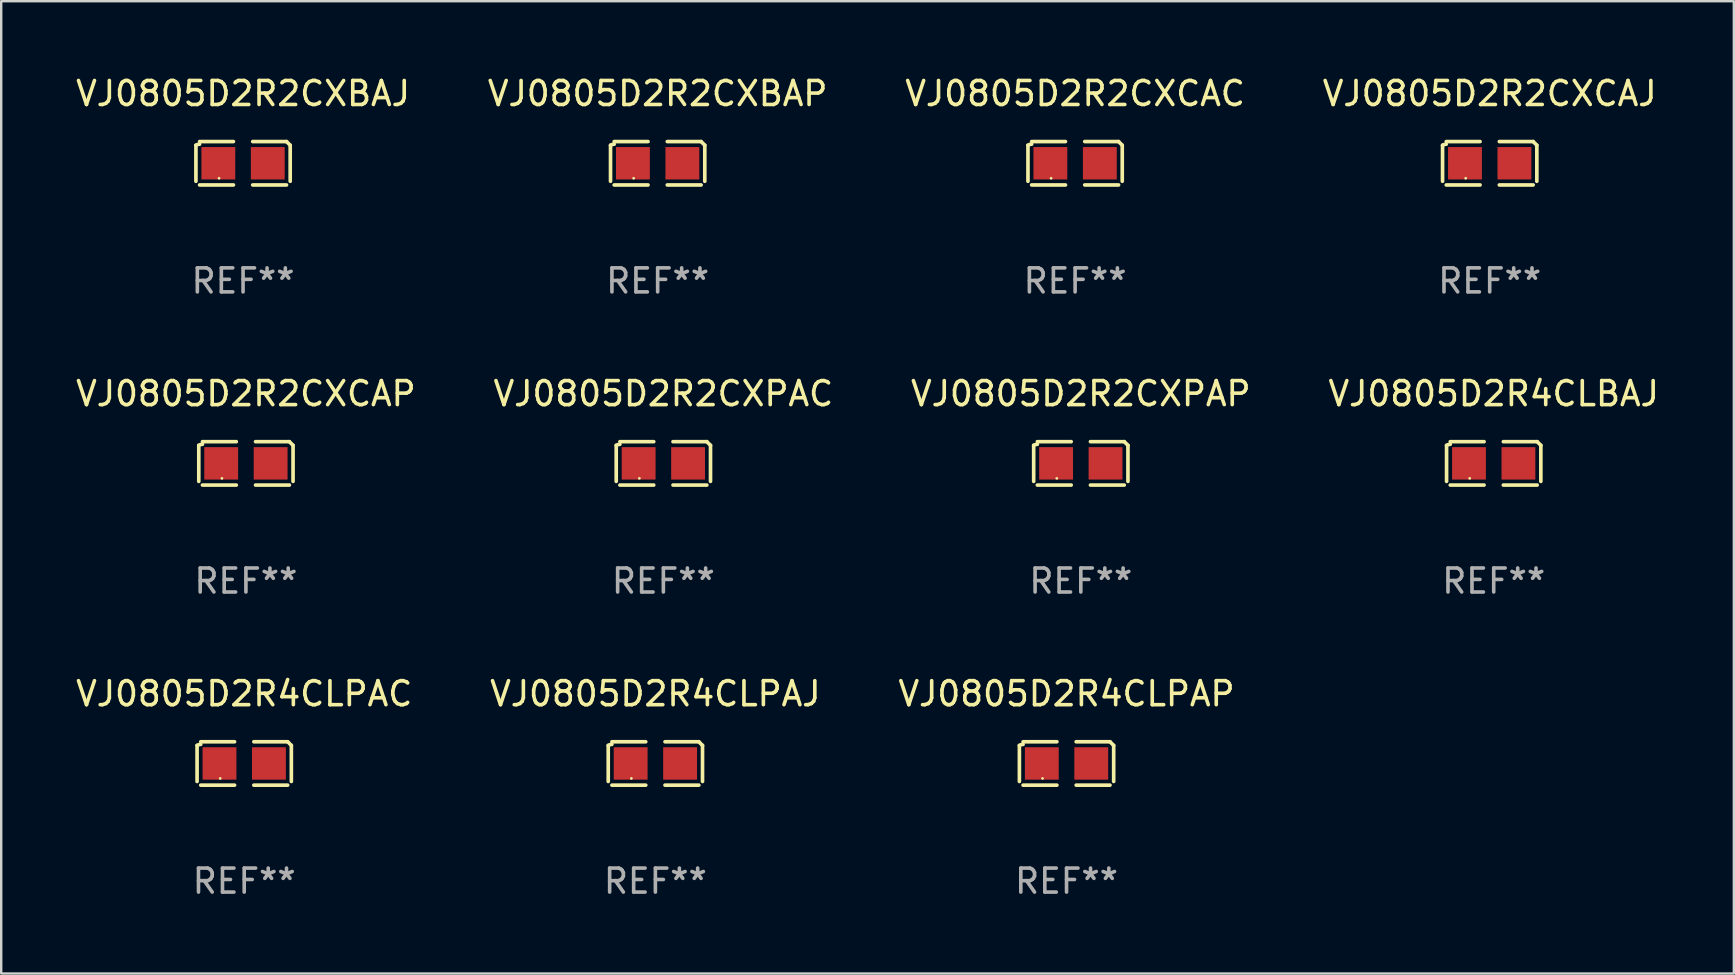
<source format=kicad_pcb>
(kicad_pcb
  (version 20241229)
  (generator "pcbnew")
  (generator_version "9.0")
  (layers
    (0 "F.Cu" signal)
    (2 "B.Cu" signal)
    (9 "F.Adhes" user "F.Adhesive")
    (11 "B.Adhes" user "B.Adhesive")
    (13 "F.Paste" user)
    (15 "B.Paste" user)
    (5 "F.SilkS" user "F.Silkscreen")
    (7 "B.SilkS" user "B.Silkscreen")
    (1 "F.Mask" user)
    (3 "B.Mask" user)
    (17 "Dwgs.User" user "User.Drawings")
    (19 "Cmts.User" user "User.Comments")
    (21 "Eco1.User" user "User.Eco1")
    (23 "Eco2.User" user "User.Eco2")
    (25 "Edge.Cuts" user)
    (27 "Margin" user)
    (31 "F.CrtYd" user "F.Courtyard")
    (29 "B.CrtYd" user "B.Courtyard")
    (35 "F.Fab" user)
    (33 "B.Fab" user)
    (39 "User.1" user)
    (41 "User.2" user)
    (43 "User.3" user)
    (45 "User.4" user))
  (footprint "VJ0805D2R2CXPAP"
    (layer "F.Cu")
    (at 41.982 16.256)
    (property "Reference" "VJ0805D2R2CXPAP" (at 0 -2.904 0) (layer "F.SilkS") (effects (font (size 1 1) (thickness 0.15))))
    (attr through_hole)
    (fp_line (start -1.964 0.751) (end -1.964 -0.751) (stroke (width 0.152) (type solid)) (layer "F.SilkS"))
    (fp_line (start -1.811 -0.904) (end -0.401 -0.904) (stroke (width 0.152) (type solid)) (layer "F.SilkS"))
    (fp_line (start -0.401 0.904) (end -1.811 0.904) (stroke (width 0.152) (type solid)) (layer "F.SilkS"))
    (fp_line (start 0.401 0.904) (end 1.811 0.904) (stroke (width 0.152) (type solid)) (layer "F.SilkS"))
    (fp_line (start 1.811 -0.904) (end 0.401 -0.904) (stroke (width 0.152) (type solid)) (layer "F.SilkS"))
    (fp_line (start 1.964 0.751) (end 1.964 -0.751) (stroke (width 0.152) (type solid)) (layer "F.SilkS"))
    (fp_arc (start -1.963602 -0.751207) (mid -1.890354 -0.783131) (end -1.811201 -0.794044) (stroke (width 0.1524) (type solid)) (layer "F.SilkS"))
    (fp_arc (start 1.811202 -0.903607) (mid 1.887413 -0.827418) (end 1.963602 -0.751207) (stroke (width 0.1524) (type solid)) (layer "F.SilkS"))
    (fp_circle (center -1 0.625) (end -0.97 0.625) (stroke (width 0.06) (type solid)) (fill no) (layer "F.SilkS"))
    (fp_text user "REF**" (at 0 4.904 0) (layer "F.Fab") (effects (font (size 1 1) (thickness 0.15))))
    (pad "1" smd rect (at -1.03 0) (size 1.41 1.35) (layers "F.Cu" "F.Mask" "F.Paste"))
    (pad "2" smd rect (at 1.03 0) (size 1.41 1.35) (layers "F.Cu" "F.Mask" "F.Paste")))
  (footprint "VJ0805D2R4CLPAC"
    (layer "F.Cu")
    (at 7.125 28.759)
    (property "Reference" "VJ0805D2R4CLPAC" (at 0 -2.904 0) (layer "F.SilkS") (effects (font (size 1 1) (thickness 0.15))))
    (attr through_hole)
    (fp_line (start -1.964 0.751) (end -1.964 -0.751) (stroke (width 0.152) (type solid)) (layer "F.SilkS"))
    (fp_line (start -1.811 -0.904) (end -0.401 -0.904) (stroke (width 0.152) (type solid)) (layer "F.SilkS"))
    (fp_line (start -0.401 0.904) (end -1.811 0.904) (stroke (width 0.152) (type solid)) (layer "F.SilkS"))
    (fp_line (start 0.401 0.904) (end 1.811 0.904) (stroke (width 0.152) (type solid)) (layer "F.SilkS"))
    (fp_line (start 1.811 -0.904) (end 0.401 -0.904) (stroke (width 0.152) (type solid)) (layer "F.SilkS"))
    (fp_line (start 1.964 0.751) (end 1.964 -0.751) (stroke (width 0.152) (type solid)) (layer "F.SilkS"))
    (fp_arc (start -1.963602 -0.751207) (mid -1.890354 -0.783131) (end -1.811201 -0.794044) (stroke (width 0.1524) (type solid)) (layer "F.SilkS"))
    (fp_arc (start 1.811202 -0.903607) (mid 1.887413 -0.827418) (end 1.963602 -0.751207) (stroke (width 0.1524) (type solid)) (layer "F.SilkS"))
    (fp_circle (center -1 0.625) (end -0.97 0.625) (stroke (width 0.06) (type solid)) (fill no) (layer "F.SilkS"))
    (fp_text user "REF**" (at 0 4.904 0) (layer "F.Fab") (effects (font (size 1 1) (thickness 0.15))))
    (pad "1" smd rect (at -1.03 0) (size 1.41 1.35) (layers "F.Cu" "F.Mask" "F.Paste"))
    (pad "2" smd rect (at 1.03 0) (size 1.41 1.35) (layers "F.Cu" "F.Mask" "F.Paste")))
  (footprint "VJ0805D2R2CXCAC"
    (layer "F.Cu")
    (at 41.744 3.752)
    (property "Reference" "VJ0805D2R2CXCAC" (at 0 -2.904 0) (layer "F.SilkS") (effects (font (size 1 1) (thickness 0.15))))
    (attr through_hole)
    (fp_line (start -1.964 0.751) (end -1.964 -0.751) (stroke (width 0.152) (type solid)) (layer "F.SilkS"))
    (fp_line (start -1.811 -0.904) (end -0.401 -0.904) (stroke (width 0.152) (type solid)) (layer "F.SilkS"))
    (fp_line (start -0.401 0.904) (end -1.811 0.904) (stroke (width 0.152) (type solid)) (layer "F.SilkS"))
    (fp_line (start 0.401 0.904) (end 1.811 0.904) (stroke (width 0.152) (type solid)) (layer "F.SilkS"))
    (fp_line (start 1.811 -0.904) (end 0.401 -0.904) (stroke (width 0.152) (type solid)) (layer "F.SilkS"))
    (fp_line (start 1.964 0.751) (end 1.964 -0.751) (stroke (width 0.152) (type solid)) (layer "F.SilkS"))
    (fp_arc (start -1.963602 -0.751207) (mid -1.890354 -0.783131) (end -1.811201 -0.794044) (stroke (width 0.1524) (type solid)) (layer "F.SilkS"))
    (fp_arc (start 1.811202 -0.903607) (mid 1.887413 -0.827418) (end 1.963602 -0.751207) (stroke (width 0.1524) (type solid)) (layer "F.SilkS"))
    (fp_circle (center -1 0.625) (end -0.97 0.625) (stroke (width 0.06) (type solid)) (fill no) (layer "F.SilkS"))
    (fp_text user "REF**" (at 0 4.904 0) (layer "F.Fab") (effects (font (size 1 1) (thickness 0.15))))
    (pad "1" smd rect (at -1.03 0) (size 1.41 1.35) (layers "F.Cu" "F.Mask" "F.Paste"))
    (pad "2" smd rect (at 1.03 0) (size 1.41 1.35) (layers "F.Cu" "F.Mask" "F.Paste")))
  (footprint "VJ0805D2R2CXCAP"
    (layer "F.Cu")
    (at 7.196 16.256)
    (property "Reference" "VJ0805D2R2CXCAP" (at 0 -2.904 0) (layer "F.SilkS") (effects (font (size 1 1) (thickness 0.15))))
    (attr through_hole)
    (fp_line (start -1.964 0.751) (end -1.964 -0.751) (stroke (width 0.152) (type solid)) (layer "F.SilkS"))
    (fp_line (start -1.811 -0.904) (end -0.401 -0.904) (stroke (width 0.152) (type solid)) (layer "F.SilkS"))
    (fp_line (start -0.401 0.904) (end -1.811 0.904) (stroke (width 0.152) (type solid)) (layer "F.SilkS"))
    (fp_line (start 0.401 0.904) (end 1.811 0.904) (stroke (width 0.152) (type solid)) (layer "F.SilkS"))
    (fp_line (start 1.811 -0.904) (end 0.401 -0.904) (stroke (width 0.152) (type solid)) (layer "F.SilkS"))
    (fp_line (start 1.964 0.751) (end 1.964 -0.751) (stroke (width 0.152) (type solid)) (layer "F.SilkS"))
    (fp_arc (start -1.963602 -0.751207) (mid -1.890354 -0.783131) (end -1.811201 -0.794044) (stroke (width 0.1524) (type solid)) (layer "F.SilkS"))
    (fp_arc (start 1.811202 -0.903607) (mid 1.887413 -0.827418) (end 1.963602 -0.751207) (stroke (width 0.1524) (type solid)) (layer "F.SilkS"))
    (fp_circle (center -1 0.625) (end -0.97 0.625) (stroke (width 0.06) (type solid)) (fill no) (layer "F.SilkS"))
    (fp_text user "REF**" (at 0 4.904 0) (layer "F.Fab") (effects (font (size 1 1) (thickness 0.15))))
    (pad "1" smd rect (at -1.03 0) (size 1.41 1.35) (layers "F.Cu" "F.Mask" "F.Paste"))
    (pad "2" smd rect (at 1.03 0) (size 1.41 1.35) (layers "F.Cu" "F.Mask" "F.Paste")))
  (footprint "VJ0805D2R4CLBAJ"
    (layer "F.Cu")
    (at 59.185 16.256)
    (property "Reference" "VJ0805D2R4CLBAJ" (at 0 -2.904 0) (layer "F.SilkS") (effects (font (size 1 1) (thickness 0.15))))
    (attr through_hole)
    (fp_line (start -1.964 0.751) (end -1.964 -0.751) (stroke (width 0.152) (type solid)) (layer "F.SilkS"))
    (fp_line (start -1.811 -0.904) (end -0.401 -0.904) (stroke (width 0.152) (type solid)) (layer "F.SilkS"))
    (fp_line (start -0.401 0.904) (end -1.811 0.904) (stroke (width 0.152) (type solid)) (layer "F.SilkS"))
    (fp_line (start 0.401 0.904) (end 1.811 0.904) (stroke (width 0.152) (type solid)) (layer "F.SilkS"))
    (fp_line (start 1.811 -0.904) (end 0.401 -0.904) (stroke (width 0.152) (type solid)) (layer "F.SilkS"))
    (fp_line (start 1.964 0.751) (end 1.964 -0.751) (stroke (width 0.152) (type solid)) (layer "F.SilkS"))
    (fp_arc (start -1.963602 -0.751207) (mid -1.890354 -0.783131) (end -1.811201 -0.794044) (stroke (width 0.1524) (type solid)) (layer "F.SilkS"))
    (fp_arc (start 1.811202 -0.903607) (mid 1.887413 -0.827418) (end 1.963602 -0.751207) (stroke (width 0.1524) (type solid)) (layer "F.SilkS"))
    (fp_circle (center -1 0.625) (end -0.97 0.625) (stroke (width 0.06) (type solid)) (fill no) (layer "F.SilkS"))
    (fp_text user "REF**" (at 0 4.904 0) (layer "F.Fab") (effects (font (size 1 1) (thickness 0.15))))
    (pad "1" smd rect (at -1.03 0) (size 1.41 1.35) (layers "F.Cu" "F.Mask" "F.Paste"))
    (pad "2" smd rect (at 1.03 0) (size 1.41 1.35) (layers "F.Cu" "F.Mask" "F.Paste")))
  (footprint "VJ0805D2R2CXPAC"
    (layer "F.Cu")
    (at 24.589 16.256)
    (property "Reference" "VJ0805D2R2CXPAC" (at 0 -2.904 0) (layer "F.SilkS") (effects (font (size 1 1) (thickness 0.15))))
    (attr through_hole)
    (fp_line (start -1.964 0.751) (end -1.964 -0.751) (stroke (width 0.152) (type solid)) (layer "F.SilkS"))
    (fp_line (start -1.811 -0.904) (end -0.401 -0.904) (stroke (width 0.152) (type solid)) (layer "F.SilkS"))
    (fp_line (start -0.401 0.904) (end -1.811 0.904) (stroke (width 0.152) (type solid)) (layer "F.SilkS"))
    (fp_line (start 0.401 0.904) (end 1.811 0.904) (stroke (width 0.152) (type solid)) (layer "F.SilkS"))
    (fp_line (start 1.811 -0.904) (end 0.401 -0.904) (stroke (width 0.152) (type solid)) (layer "F.SilkS"))
    (fp_line (start 1.964 0.751) (end 1.964 -0.751) (stroke (width 0.152) (type solid)) (layer "F.SilkS"))
    (fp_arc (start -1.963602 -0.751207) (mid -1.890354 -0.783131) (end -1.811201 -0.794044) (stroke (width 0.1524) (type solid)) (layer "F.SilkS"))
    (fp_arc (start 1.811202 -0.903607) (mid 1.887413 -0.827418) (end 1.963602 -0.751207) (stroke (width 0.1524) (type solid)) (layer "F.SilkS"))
    (fp_circle (center -1 0.625) (end -0.97 0.625) (stroke (width 0.06) (type solid)) (fill no) (layer "F.SilkS"))
    (fp_text user "REF**" (at 0 4.904 0) (layer "F.Fab") (effects (font (size 1 1) (thickness 0.15))))
    (pad "1" smd rect (at -1.03 0) (size 1.41 1.35) (layers "F.Cu" "F.Mask" "F.Paste"))
    (pad "2" smd rect (at 1.03 0) (size 1.41 1.35) (layers "F.Cu" "F.Mask" "F.Paste")))
  (footprint "VJ0805D2R4CLPAJ"
    (layer "F.Cu")
    (at 24.256 28.759)
    (property "Reference" "VJ0805D2R4CLPAJ" (at 0 -2.904 0) (layer "F.SilkS") (effects (font (size 1 1) (thickness 0.15))))
    (attr through_hole)
    (fp_line (start -1.964 0.751) (end -1.964 -0.751) (stroke (width 0.152) (type solid)) (layer "F.SilkS"))
    (fp_line (start -1.811 -0.904) (end -0.401 -0.904) (stroke (width 0.152) (type solid)) (layer "F.SilkS"))
    (fp_line (start -0.401 0.904) (end -1.811 0.904) (stroke (width 0.152) (type solid)) (layer "F.SilkS"))
    (fp_line (start 0.401 0.904) (end 1.811 0.904) (stroke (width 0.152) (type solid)) (layer "F.SilkS"))
    (fp_line (start 1.811 -0.904) (end 0.401 -0.904) (stroke (width 0.152) (type solid)) (layer "F.SilkS"))
    (fp_line (start 1.964 0.751) (end 1.964 -0.751) (stroke (width 0.152) (type solid)) (layer "F.SilkS"))
    (fp_arc (start -1.963602 -0.751207) (mid -1.890354 -0.783131) (end -1.811201 -0.794044) (stroke (width 0.1524) (type solid)) (layer "F.SilkS"))
    (fp_arc (start 1.811202 -0.903607) (mid 1.887413 -0.827418) (end 1.963602 -0.751207) (stroke (width 0.1524) (type solid)) (layer "F.SilkS"))
    (fp_circle (center -1 0.625) (end -0.97 0.625) (stroke (width 0.06) (type solid)) (fill no) (layer "F.SilkS"))
    (fp_text user "REF**" (at 0 4.904 0) (layer "F.Fab") (effects (font (size 1 1) (thickness 0.15))))
    (pad "1" smd rect (at -1.03 0) (size 1.41 1.35) (layers "F.Cu" "F.Mask" "F.Paste"))
    (pad "2" smd rect (at 1.03 0) (size 1.41 1.35) (layers "F.Cu" "F.Mask" "F.Paste")))
  (footprint "VJ0805D2R2CXCAJ"
    (layer "F.Cu")
    (at 59.018 3.752)
    (property "Reference" "VJ0805D2R2CXCAJ" (at 0 -2.904 0) (layer "F.SilkS") (effects (font (size 1 1) (thickness 0.15))))
    (attr through_hole)
    (fp_line (start -1.964 0.751) (end -1.964 -0.751) (stroke (width 0.152) (type solid)) (layer "F.SilkS"))
    (fp_line (start -1.811 -0.904) (end -0.401 -0.904) (stroke (width 0.152) (type solid)) (layer "F.SilkS"))
    (fp_line (start -0.401 0.904) (end -1.811 0.904) (stroke (width 0.152) (type solid)) (layer "F.SilkS"))
    (fp_line (start 0.401 0.904) (end 1.811 0.904) (stroke (width 0.152) (type solid)) (layer "F.SilkS"))
    (fp_line (start 1.811 -0.904) (end 0.401 -0.904) (stroke (width 0.152) (type solid)) (layer "F.SilkS"))
    (fp_line (start 1.964 0.751) (end 1.964 -0.751) (stroke (width 0.152) (type solid)) (layer "F.SilkS"))
    (fp_arc (start -1.963602 -0.751207) (mid -1.890354 -0.783131) (end -1.811201 -0.794044) (stroke (width 0.1524) (type solid)) (layer "F.SilkS"))
    (fp_arc (start 1.811202 -0.903607) (mid 1.887413 -0.827418) (end 1.963602 -0.751207) (stroke (width 0.1524) (type solid)) (layer "F.SilkS"))
    (fp_circle (center -1 0.625) (end -0.97 0.625) (stroke (width 0.06) (type solid)) (fill no) (layer "F.SilkS"))
    (fp_text user "REF**" (at 0 4.904 0) (layer "F.Fab") (effects (font (size 1 1) (thickness 0.15))))
    (pad "1" smd rect (at -1.03 0) (size 1.41 1.35) (layers "F.Cu" "F.Mask" "F.Paste"))
    (pad "2" smd rect (at 1.03 0) (size 1.41 1.35) (layers "F.Cu" "F.Mask" "F.Paste")))
  (footprint "VJ0805D2R4CLPAP"
    (layer "F.Cu")
    (at 41.387 28.759)
    (property "Reference" "VJ0805D2R4CLPAP" (at 0 -2.904 0) (layer "F.SilkS") (effects (font (size 1 1) (thickness 0.15))))
    (attr through_hole)
    (fp_line (start -1.964 0.751) (end -1.964 -0.751) (stroke (width 0.152) (type solid)) (layer "F.SilkS"))
    (fp_line (start -1.811 -0.904) (end -0.401 -0.904) (stroke (width 0.152) (type solid)) (layer "F.SilkS"))
    (fp_line (start -0.401 0.904) (end -1.811 0.904) (stroke (width 0.152) (type solid)) (layer "F.SilkS"))
    (fp_line (start 0.401 0.904) (end 1.811 0.904) (stroke (width 0.152) (type solid)) (layer "F.SilkS"))
    (fp_line (start 1.811 -0.904) (end 0.401 -0.904) (stroke (width 0.152) (type solid)) (layer "F.SilkS"))
    (fp_line (start 1.964 0.751) (end 1.964 -0.751) (stroke (width 0.152) (type solid)) (layer "F.SilkS"))
    (fp_arc (start -1.963602 -0.751207) (mid -1.890354 -0.783131) (end -1.811201 -0.794044) (stroke (width 0.1524) (type solid)) (layer "F.SilkS"))
    (fp_arc (start 1.811202 -0.903607) (mid 1.887413 -0.827418) (end 1.963602 -0.751207) (stroke (width 0.1524) (type solid)) (layer "F.SilkS"))
    (fp_circle (center -1 0.625) (end -0.97 0.625) (stroke (width 0.06) (type solid)) (fill no) (layer "F.SilkS"))
    (fp_text user "REF**" (at 0 4.904 0) (layer "F.Fab") (effects (font (size 1 1) (thickness 0.15))))
    (pad "1" smd rect (at -1.03 0) (size 1.41 1.35) (layers "F.Cu" "F.Mask" "F.Paste"))
    (pad "2" smd rect (at 1.03 0) (size 1.41 1.35) (layers "F.Cu" "F.Mask" "F.Paste")))
  (footprint "VJ0805D2R2CXBAP"
    (layer "F.Cu")
    (at 24.351 3.752)
    (property "Reference" "VJ0805D2R2CXBAP" (at 0 -2.904 0) (layer "F.SilkS") (effects (font (size 1 1) (thickness 0.15))))
    (attr through_hole)
    (fp_line (start -1.964 0.751) (end -1.964 -0.751) (stroke (width 0.152) (type solid)) (layer "F.SilkS"))
    (fp_line (start -1.811 -0.904) (end -0.401 -0.904) (stroke (width 0.152) (type solid)) (layer "F.SilkS"))
    (fp_line (start -0.401 0.904) (end -1.811 0.904) (stroke (width 0.152) (type solid)) (layer "F.SilkS"))
    (fp_line (start 0.401 0.904) (end 1.811 0.904) (stroke (width 0.152) (type solid)) (layer "F.SilkS"))
    (fp_line (start 1.811 -0.904) (end 0.401 -0.904) (stroke (width 0.152) (type solid)) (layer "F.SilkS"))
    (fp_line (start 1.964 0.751) (end 1.964 -0.751) (stroke (width 0.152) (type solid)) (layer "F.SilkS"))
    (fp_arc (start -1.963602 -0.751207) (mid -1.890354 -0.783131) (end -1.811201 -0.794044) (stroke (width 0.1524) (type solid)) (layer "F.SilkS"))
    (fp_arc (start 1.811202 -0.903607) (mid 1.887413 -0.827418) (end 1.963602 -0.751207) (stroke (width 0.1524) (type solid)) (layer "F.SilkS"))
    (fp_circle (center -1 0.625) (end -0.97 0.625) (stroke (width 0.06) (type solid)) (fill no) (layer "F.SilkS"))
    (fp_text user "REF**" (at 0 4.904 0) (layer "F.Fab") (effects (font (size 1 1) (thickness 0.15))))
    (pad "1" smd rect (at -1.03 0) (size 1.41 1.35) (layers "F.Cu" "F.Mask" "F.Paste"))
    (pad "2" smd rect (at 1.03 0) (size 1.41 1.35) (layers "F.Cu" "F.Mask" "F.Paste")))
  (footprint "VJ0805D2R2CXBAJ"
    (layer "F.Cu")
    (at 7.077 3.752)
    (property "Reference" "VJ0805D2R2CXBAJ" (at 0 -2.904 0) (layer "F.SilkS") (effects (font (size 1 1) (thickness 0.15))))
    (attr through_hole)
    (fp_line (start -1.964 0.751) (end -1.964 -0.751) (stroke (width 0.152) (type solid)) (layer "F.SilkS"))
    (fp_line (start -1.811 -0.904) (end -0.401 -0.904) (stroke (width 0.152) (type solid)) (layer "F.SilkS"))
    (fp_line (start -0.401 0.904) (end -1.811 0.904) (stroke (width 0.152) (type solid)) (layer "F.SilkS"))
    (fp_line (start 0.401 0.904) (end 1.811 0.904) (stroke (width 0.152) (type solid)) (layer "F.SilkS"))
    (fp_line (start 1.811 -0.904) (end 0.401 -0.904) (stroke (width 0.152) (type solid)) (layer "F.SilkS"))
    (fp_line (start 1.964 0.751) (end 1.964 -0.751) (stroke (width 0.152) (type solid)) (layer "F.SilkS"))
    (fp_arc (start -1.963602 -0.751207) (mid -1.890354 -0.783131) (end -1.811201 -0.794044) (stroke (width 0.1524) (type solid)) (layer "F.SilkS"))
    (fp_arc (start 1.811202 -0.903607) (mid 1.887413 -0.827418) (end 1.963602 -0.751207) (stroke (width 0.1524) (type solid)) (layer "F.SilkS"))
    (fp_circle (center -1 0.625) (end -0.97 0.625) (stroke (width 0.06) (type solid)) (fill no) (layer "F.SilkS"))
    (fp_text user "REF**" (at 0 4.904 0) (layer "F.Fab") (effects (font (size 1 1) (thickness 0.15))))
    (pad "1" smd rect (at -1.03 0) (size 1.41 1.35) (layers "F.Cu" "F.Mask" "F.Paste"))
    (pad "2" smd rect (at 1.03 0) (size 1.41 1.35) (layers "F.Cu" "F.Mask" "F.Paste")))
  (gr_rect
    (start -3 -3)
    (end 69.19 37.511)
    (stroke (width 0.1) (type default))
    (fill no)
    (layer "Edge.Cuts")))
</source>
